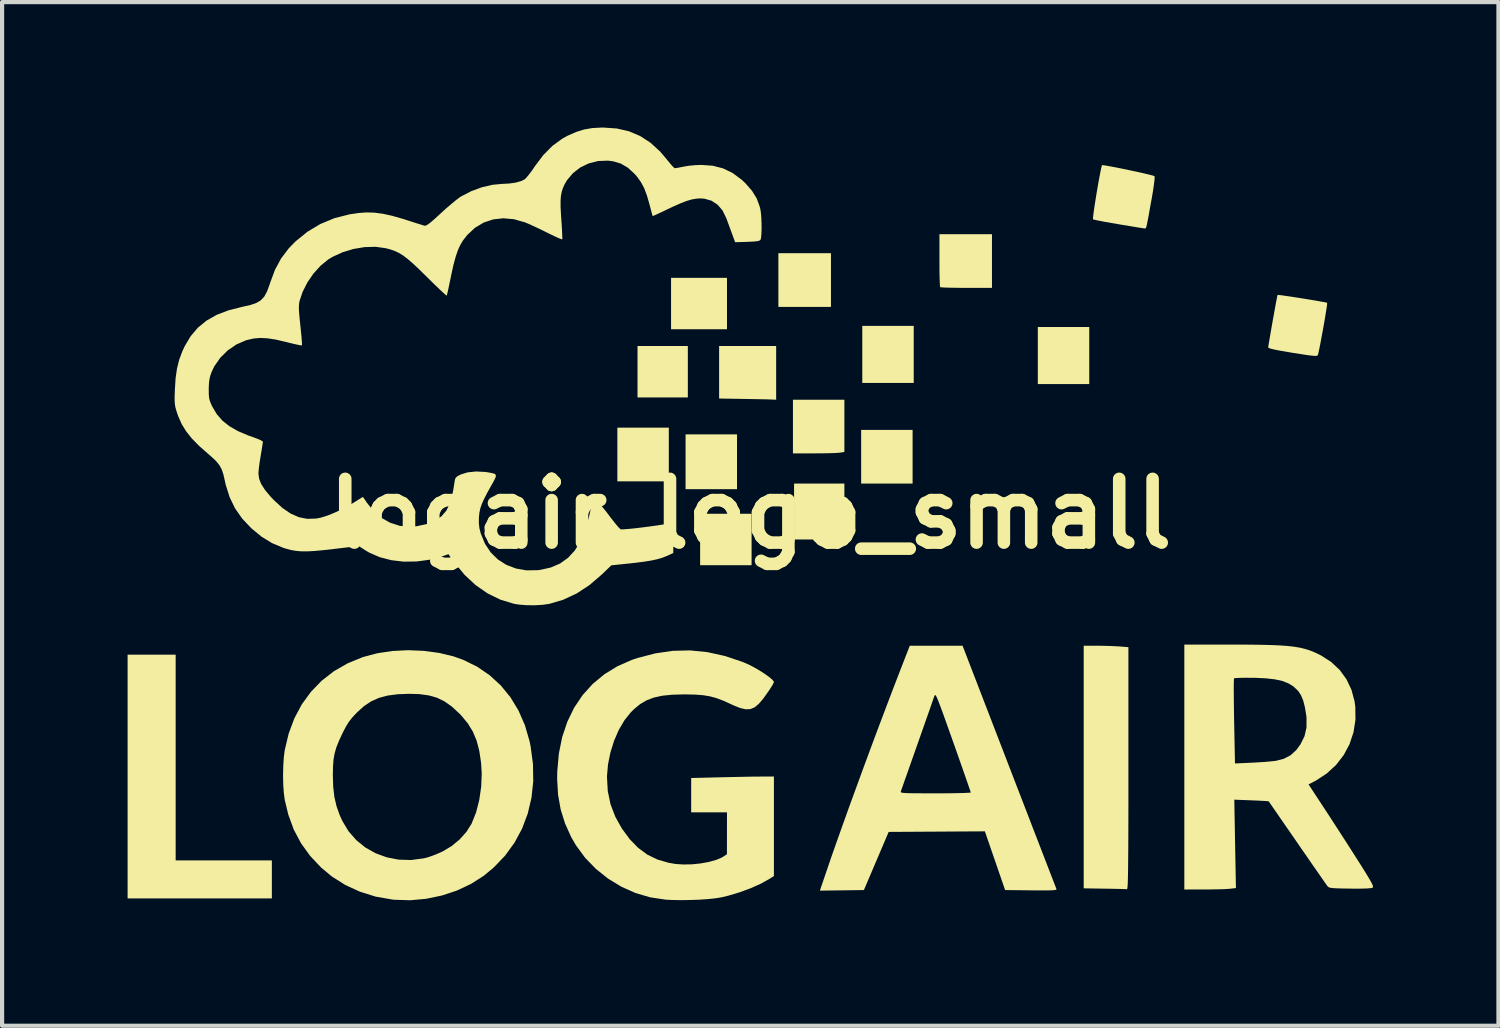
<source format=kicad_pcb>
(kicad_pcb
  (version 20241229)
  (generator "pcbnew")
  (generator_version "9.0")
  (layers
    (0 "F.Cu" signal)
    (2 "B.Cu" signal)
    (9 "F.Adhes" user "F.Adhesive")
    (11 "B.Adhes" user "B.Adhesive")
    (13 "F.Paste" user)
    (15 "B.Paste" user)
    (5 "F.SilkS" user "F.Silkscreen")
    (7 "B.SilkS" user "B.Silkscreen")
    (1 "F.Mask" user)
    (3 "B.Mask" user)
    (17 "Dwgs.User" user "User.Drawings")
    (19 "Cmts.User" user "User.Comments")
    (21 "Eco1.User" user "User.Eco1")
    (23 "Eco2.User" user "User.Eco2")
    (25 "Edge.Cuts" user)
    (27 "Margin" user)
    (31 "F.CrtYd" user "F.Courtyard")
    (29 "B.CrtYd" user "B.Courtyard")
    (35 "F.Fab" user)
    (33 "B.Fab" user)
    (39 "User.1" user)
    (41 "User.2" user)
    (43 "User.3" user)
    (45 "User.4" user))
  (footprint "logair_logo_small"
    (layer "F.Cu")
    (at 14.893 9.234)
    (property "Reference" "logair_logo_small" (at 0 0 0) (layer "F.SilkS") (effects (font (size 1.524 1.524) (thickness 0.3))))
    (attr through_hole)
    (fp_poly (pts (xy -1.952 -0.775) (xy -3.182 -0.775) (xy -3.182 -2.059) (xy -1.952 -2.059) (xy -1.952 -0.775)) (stroke (width 0.001) (type solid)) (fill yes) (layer "F.SilkS"))
    (fp_poly (pts (xy -1.497 -2.781) (xy -2.7 -2.781) (xy -2.7 -4.011) (xy -1.497 -4.011) (xy -1.497 -2.781)) (stroke (width 0.001) (type solid)) (fill yes) (layer "F.SilkS"))
    (fp_poly (pts (xy -0.561 -4.412) (xy -1.898 -4.412) (xy -1.898 -5.641) (xy -0.561 -5.641) (xy -0.561 -4.412)) (stroke (width 0.001) (type solid)) (fill yes) (layer "F.SilkS"))
    (fp_poly (pts (xy -0.321 -0.588) (xy -1.551 -0.588) (xy -1.551 -1.898) (xy -0.321 -1.898) (xy -0.321 -0.588)) (stroke (width 0.001) (type solid)) (fill yes) (layer "F.SilkS"))
    (fp_poly (pts (xy 0.027 1.23) (xy -1.203 1.23) (xy -1.203 0) (xy 0.027 0) (xy 0.027 1.23)) (stroke (width 0.001) (type solid)) (fill yes) (layer "F.SilkS"))
    (fp_poly (pts (xy 1.925 -4.946) (xy 0.668 -4.946) (xy 0.668 -6.23) (xy 1.925 -6.23) (xy 1.925 -4.946)) (stroke (width 0.001) (type solid)) (fill yes) (layer "F.SilkS"))
    (fp_poly (pts (xy 2.246 0.615) (xy 1.043 0.615) (xy 1.043 -0.722) (xy 2.246 -0.722) (xy 2.246 0.615)) (stroke (width 0.001) (type solid)) (fill yes) (layer "F.SilkS"))
    (fp_poly (pts (xy 3.877 -0.722) (xy 2.647 -0.722) (xy 2.647 -2.005) (xy 3.877 -2.005) (xy 3.877 -0.722)) (stroke (width 0.001) (type solid)) (fill yes) (layer "F.SilkS"))
    (fp_poly (pts (xy 3.904 -3.128) (xy 2.674 -3.128) (xy 2.674 -4.492) (xy 3.904 -4.492) (xy 3.904 -3.128)) (stroke (width 0.001) (type solid)) (fill yes) (layer "F.SilkS"))
    (fp_poly (pts (xy 8.101 -3.101) (xy 6.871 -3.101) (xy 6.871 -4.465) (xy 8.101 -4.465) (xy 8.101 -3.101)) (stroke (width 0.001) (type solid)) (fill yes) (layer "F.SilkS"))
    (fp_poly (pts (xy -13.743 8.288) (xy -11.443 8.288) (xy -11.443 9.197) (xy -14.892 9.197) (xy -14.892 3.369) (xy -13.743 3.369) (xy -13.743 8.288)) (stroke (width 0.001) (type solid)) (fill yes) (layer "F.SilkS"))
    (fp_poly (pts (xy 0.615 -2.727) (xy 0.461 -2.733) (xy 0.386 -2.736) (xy 0.268 -2.738) (xy 0.12 -2.741) (xy -0.047 -2.744) (xy -0.221 -2.747) (xy -0.749 -2.755) (xy -0.749 -4.011) (xy 0.615 -4.011) (xy 0.615 -2.727)) (stroke (width 0.001) (type solid)) (fill yes) (layer "F.SilkS"))
    (fp_poly (pts (xy 2.246 -1.478) (xy 2.146 -1.461) (xy 2.087 -1.456) (xy 1.986 -1.451) (xy 1.852 -1.447) (xy 1.696 -1.445) (xy 1.531 -1.444) (xy 1.016 -1.444) (xy 1.016 -2.727) (xy 2.246 -2.727) (xy 2.246 -1.478)) (stroke (width 0.001) (type solid)) (fill yes) (layer "F.SilkS"))
    (fp_poly (pts (xy 5.775 -5.401) (xy 5.165 -5.401) (xy 4.989 -5.402) (xy 4.832 -5.404) (xy 4.7 -5.407) (xy 4.603 -5.411) (xy 4.547 -5.416) (xy 4.536 -5.419) (xy 4.531 -5.449) (xy 4.527 -5.526) (xy 4.523 -5.64) (xy 4.52 -5.785) (xy 4.519 -5.953) (xy 4.519 -6.06) (xy 4.519 -6.684) (xy 5.775 -6.684) (xy 5.775 -5.401)) (stroke (width 0.001) (type solid)) (fill yes) (layer "F.SilkS"))
    (fp_poly (pts (xy 8.282 3.155) (xy 8.435 3.157) (xy 8.595 3.161) (xy 8.74 3.168) (xy 8.816 3.172) (xy 9.037 3.19) (xy 9.037 6.087) (xy 9.037 6.559) (xy 9.037 6.98) (xy 9.036 7.353) (xy 9.035 7.681) (xy 9.034 7.964) (xy 9.032 8.207) (xy 9.03 8.411) (xy 9.028 8.58) (xy 9.025 8.715) (xy 9.022 8.819) (xy 9.018 8.895) (xy 9.013 8.945) (xy 9.008 8.971) (xy 9.004 8.978) (xy 8.967 8.975) (xy 8.887 8.972) (xy 8.77 8.969) (xy 8.628 8.966) (xy 8.469 8.964) (xy 7.968 8.956) (xy 7.968 3.155) (xy 8.282 3.155)) (stroke (width 0.001) (type solid)) (fill yes) (layer "F.SilkS"))
    (fp_poly (pts (xy 12.631 -5.231) (xy 12.702 -5.223) (xy 12.808 -5.208) (xy 12.939 -5.189) (xy 13.086 -5.166) (xy 13.239 -5.142) (xy 13.39 -5.117) (xy 13.529 -5.094) (xy 13.646 -5.073) (xy 13.734 -5.057) (xy 13.782 -5.046) (xy 13.788 -5.043) (xy 13.788 -5.014) (xy 13.779 -4.942) (xy 13.762 -4.834) (xy 13.741 -4.702) (xy 13.715 -4.552) (xy 13.687 -4.395) (xy 13.658 -4.239) (xy 13.631 -4.093) (xy 13.606 -3.966) (xy 13.585 -3.867) (xy 13.57 -3.805) (xy 13.564 -3.79) (xy 13.551 -3.78) (xy 13.524 -3.775) (xy 13.475 -3.776) (xy 13.4 -3.783) (xy 13.292 -3.797) (xy 13.144 -3.82) (xy 12.952 -3.85) (xy 12.894 -3.86) (xy 12.691 -3.894) (xy 12.541 -3.923) (xy 12.44 -3.947) (xy 12.388 -3.967) (xy 12.379 -3.977) (xy 12.384 -4.011) (xy 12.396 -4.087) (xy 12.415 -4.197) (xy 12.438 -4.332) (xy 12.464 -4.482) (xy 12.492 -4.64) (xy 12.52 -4.795) (xy 12.546 -4.94) (xy 12.569 -5.064) (xy 12.588 -5.16) (xy 12.599 -5.219) (xy 12.603 -5.232) (xy 12.631 -5.231)) (stroke (width 0.001) (type solid)) (fill yes) (layer "F.SilkS"))
    (fp_poly (pts (xy 8.436 -8.334) (xy 8.508 -8.323) (xy 8.615 -8.304) (xy 8.748 -8.279) (xy 8.897 -8.249) (xy 9.054 -8.216) (xy 9.21 -8.183) (xy 9.356 -8.151) (xy 9.483 -8.121) (xy 9.582 -8.097) (xy 9.645 -8.079) (xy 9.662 -8.072) (xy 9.665 -8.04) (xy 9.659 -7.962) (xy 9.644 -7.847) (xy 9.622 -7.7) (xy 9.593 -7.529) (xy 9.586 -7.495) (xy 9.549 -7.289) (xy 9.521 -7.129) (xy 9.498 -7.011) (xy 9.482 -6.927) (xy 9.469 -6.872) (xy 9.458 -6.84) (xy 9.449 -6.825) (xy 9.439 -6.82) (xy 9.429 -6.821) (xy 9.394 -6.826) (xy 9.315 -6.838) (xy 9.199 -6.857) (xy 9.055 -6.881) (xy 8.889 -6.908) (xy 8.804 -6.922) (xy 8.632 -6.952) (xy 8.478 -6.979) (xy 8.349 -7.004) (xy 8.254 -7.023) (xy 8.2 -7.037) (xy 8.19 -7.041) (xy 8.19 -7.071) (xy 8.198 -7.144) (xy 8.212 -7.253) (xy 8.232 -7.387) (xy 8.256 -7.539) (xy 8.282 -7.699) (xy 8.309 -7.858) (xy 8.336 -8.008) (xy 8.361 -8.139) (xy 8.382 -8.244) (xy 8.398 -8.312) (xy 8.406 -8.335) (xy 8.436 -8.334)) (stroke (width 0.001) (type solid)) (fill yes) (layer "F.SilkS"))
    (fp_poly (pts (xy 6.188 6.049) (xy 6.333 6.425) (xy 6.473 6.788) (xy 6.607 7.134) (xy 6.732 7.46) (xy 6.849 7.762) (xy 6.956 8.039) (xy 7.051 8.286) (xy 7.134 8.5) (xy 7.203 8.679) (xy 7.257 8.819) (xy 7.295 8.916) (xy 7.315 8.969) (xy 7.318 8.977) (xy 7.313 8.988) (xy 7.282 8.997) (xy 7.221 9.002) (xy 7.125 9.005) (xy 6.988 9.006) (xy 6.805 9.005) (xy 6.71 9.004) (xy 6.089 8.997) (xy 5.847 8.295) (xy 5.605 7.593) (xy 4.455 7.6) (xy 3.305 7.607) (xy 3.009 8.302) (xy 2.713 8.997) (xy 2.186 9.004) (xy 1.66 9.011) (xy 1.817 8.55) (xy 1.93 8.219) (xy 2.061 7.847) (xy 2.206 7.439) (xy 2.362 7.004) (xy 2.491 6.65) (xy 3.593 6.65) (xy 3.601 6.661) (xy 3.624 6.669) (xy 3.668 6.675) (xy 3.738 6.679) (xy 3.84 6.682) (xy 3.978 6.683) (xy 4.159 6.684) (xy 4.387 6.684) (xy 4.422 6.684) (xy 4.629 6.684) (xy 4.817 6.682) (xy 4.98 6.679) (xy 5.113 6.676) (xy 5.209 6.671) (xy 5.26 6.667) (xy 5.268 6.664) (xy 5.259 6.636) (xy 5.234 6.562) (xy 5.195 6.448) (xy 5.143 6.298) (xy 5.08 6.118) (xy 5.008 5.913) (xy 4.929 5.688) (xy 4.848 5.459) (xy 4.75 5.184) (xy 4.669 4.956) (xy 4.602 4.77) (xy 4.548 4.624) (xy 4.506 4.512) (xy 4.473 4.431) (xy 4.449 4.377) (xy 4.431 4.346) (xy 4.417 4.334) (xy 4.408 4.338) (xy 4.4 4.353) (xy 4.396 4.362) (xy 4.33 4.552) (xy 4.257 4.761) (xy 4.179 4.982) (xy 4.099 5.21) (xy 4.018 5.44) (xy 3.939 5.665) (xy 3.863 5.88) (xy 3.793 6.079) (xy 3.73 6.257) (xy 3.677 6.407) (xy 3.636 6.525) (xy 3.608 6.603) (xy 3.596 6.637) (xy 3.595 6.637) (xy 3.593 6.65) (xy 2.491 6.65) (xy 2.528 6.549) (xy 2.699 6.082) (xy 2.874 5.608) (xy 3.05 5.137) (xy 3.224 4.676) (xy 3.393 4.231) (xy 3.555 3.811) (xy 3.599 3.696) (xy 3.81 3.155) (xy 5.072 3.155) (xy 6.188 6.049)) (stroke (width 0.001) (type solid)) (fill yes) (layer "F.SilkS"))
    (fp_poly (pts (xy -1.032 3.308) (xy -0.615 3.4) (xy -0.188 3.542) (xy -0.147 3.559) (xy -0.03 3.611) (xy 0.096 3.677) (xy 0.223 3.751) (xy 0.341 3.827) (xy 0.442 3.899) (xy 0.517 3.962) (xy 0.557 4.009) (xy 0.561 4.023) (xy 0.547 4.058) (xy 0.509 4.125) (xy 0.454 4.211) (xy 0.425 4.253) (xy 0.304 4.423) (xy 0.197 4.547) (xy 0.098 4.629) (xy -0.003 4.671) (xy -0.113 4.675) (xy -0.242 4.646) (xy -0.396 4.585) (xy -0.48 4.546) (xy -0.657 4.466) (xy -0.816 4.407) (xy -0.97 4.365) (xy -1.133 4.338) (xy -1.319 4.324) (xy -1.54 4.319) (xy -1.604 4.319) (xy -1.88 4.327) (xy -2.112 4.351) (xy -2.31 4.395) (xy -2.482 4.46) (xy -2.637 4.551) (xy -2.782 4.67) (xy -2.861 4.748) (xy -3.013 4.938) (xy -3.148 5.169) (xy -3.261 5.429) (xy -3.348 5.708) (xy -3.406 5.994) (xy -3.43 6.277) (xy -3.43 6.297) (xy -3.411 6.633) (xy -3.345 6.947) (xy -3.23 7.247) (xy -3.072 7.529) (xy -2.884 7.784) (xy -2.684 7.989) (xy -2.467 8.149) (xy -2.228 8.266) (xy -1.96 8.344) (xy -1.794 8.373) (xy -1.605 8.386) (xy -1.399 8.382) (xy -1.192 8.361) (xy -0.995 8.325) (xy -0.821 8.277) (xy -0.684 8.219) (xy -0.656 8.202) (xy -0.562 8.141) (xy -0.561 7.139) (xy -1.417 7.139) (xy -1.417 6.318) (xy -0.715 6.301) (xy -0.508 6.296) (xy -0.3 6.292) (xy -0.105 6.288) (xy 0.068 6.285) (xy 0.206 6.284) (xy 0.274 6.283) (xy 0.561 6.283) (xy 0.561 8.662) (xy 0.448 8.734) (xy 0.246 8.846) (xy 0.006 8.953) (xy -0.257 9.05) (xy -0.528 9.131) (xy -0.693 9.171) (xy -0.833 9.194) (xy -1.014 9.213) (xy -1.221 9.227) (xy -1.442 9.235) (xy -1.663 9.238) (xy -1.871 9.235) (xy -2.032 9.226) (xy -2.397 9.171) (xy -2.751 9.067) (xy -3.089 8.916) (xy -3.405 8.723) (xy -3.695 8.492) (xy -3.953 8.225) (xy -4.172 7.927) (xy -4.284 7.734) (xy -4.433 7.405) (xy -4.538 7.068) (xy -4.6 6.716) (xy -4.622 6.339) (xy -4.619 6.161) (xy -4.581 5.736) (xy -4.501 5.339) (xy -4.378 4.972) (xy -4.215 4.637) (xy -4.013 4.336) (xy -3.772 4.069) (xy -3.493 3.838) (xy -3.179 3.645) (xy -2.83 3.492) (xy -2.7 3.448) (xy -2.274 3.338) (xy -1.857 3.277) (xy -1.444 3.267) (xy -1.032 3.308)) (stroke (width 0.001) (type solid)) (fill yes) (layer "F.SilkS"))
    (fp_poly (pts (xy -7.809 3.278) (xy -7.443 3.327) (xy -7.099 3.41) (xy -6.871 3.491) (xy -6.537 3.655) (xy -6.235 3.861) (xy -5.968 4.106) (xy -5.738 4.388) (xy -5.546 4.705) (xy -5.393 5.054) (xy -5.282 5.435) (xy -5.256 5.561) (xy -5.2 5.982) (xy -5.193 6.393) (xy -5.235 6.789) (xy -5.325 7.169) (xy -5.46 7.528) (xy -5.641 7.864) (xy -5.866 8.174) (xy -6.135 8.455) (xy -6.375 8.655) (xy -6.681 8.85) (xy -7.018 9.009) (xy -7.379 9.128) (xy -7.754 9.206) (xy -8.135 9.241) (xy -8.514 9.229) (xy -8.566 9.223) (xy -8.962 9.154) (xy -9.336 9.037) (xy -9.687 8.876) (xy -10.008 8.673) (xy -10.263 8.461) (xy -10.527 8.181) (xy -10.744 7.881) (xy -10.917 7.556) (xy -11.048 7.2) (xy -11.134 6.846) (xy -11.157 6.676) (xy -11.171 6.471) (xy -11.175 6.256) (xy -9.985 6.256) (xy -9.976 6.532) (xy -9.948 6.772) (xy -9.897 6.992) (xy -9.82 7.208) (xy -9.758 7.344) (xy -9.61 7.591) (xy -9.425 7.803) (xy -9.207 7.98) (xy -8.961 8.118) (xy -8.694 8.215) (xy -8.411 8.27) (xy -8.117 8.279) (xy -7.818 8.24) (xy -7.74 8.222) (xy -7.64 8.19) (xy -7.516 8.143) (xy -7.389 8.087) (xy -7.353 8.07) (xy -7.145 7.946) (xy -6.953 7.787) (xy -6.791 7.606) (xy -6.67 7.414) (xy -6.666 7.406) (xy -6.56 7.141) (xy -6.484 6.844) (xy -6.438 6.529) (xy -6.425 6.208) (xy -6.441 5.949) (xy -6.484 5.665) (xy -6.548 5.422) (xy -6.637 5.209) (xy -6.756 5.015) (xy -6.909 4.829) (xy -6.965 4.771) (xy -7.142 4.608) (xy -7.316 4.486) (xy -7.496 4.398) (xy -7.694 4.342) (xy -7.922 4.312) (xy -8.154 4.305) (xy -8.436 4.315) (xy -8.677 4.347) (xy -8.886 4.403) (xy -9.071 4.486) (xy -9.242 4.601) (xy -9.407 4.75) (xy -9.411 4.754) (xy -9.515 4.865) (xy -9.596 4.966) (xy -9.665 5.076) (xy -9.738 5.215) (xy -9.751 5.241) (xy -9.838 5.428) (xy -9.901 5.585) (xy -9.943 5.731) (xy -9.969 5.88) (xy -9.981 6.05) (xy -9.985 6.256) (xy -11.175 6.256) (xy -11.175 6.247) (xy -11.17 6.022) (xy -11.156 5.813) (xy -11.135 5.652) (xy -11.041 5.256) (xy -10.905 4.891) (xy -10.727 4.557) (xy -10.508 4.257) (xy -10.252 3.992) (xy -9.958 3.764) (xy -9.629 3.575) (xy -9.267 3.427) (xy -9.257 3.424) (xy -8.921 3.335) (xy -8.56 3.281) (xy -8.185 3.262) (xy -7.809 3.278)) (stroke (width 0.001) (type solid)) (fill yes) (layer "F.SilkS"))
    (fp_poly (pts (xy 11.517 3.128) (xy 11.865 3.129) (xy 12.165 3.132) (xy 12.423 3.138) (xy 12.643 3.147) (xy 12.831 3.16) (xy 12.993 3.178) (xy 13.134 3.201) (xy 13.258 3.231) (xy 13.373 3.267) (xy 13.482 3.31) (xy 13.591 3.362) (xy 13.646 3.39) (xy 13.887 3.545) (xy 14.09 3.736) (xy 14.252 3.959) (xy 14.371 4.211) (xy 14.445 4.487) (xy 14.462 4.614) (xy 14.466 4.925) (xy 14.419 5.224) (xy 14.325 5.507) (xy 14.186 5.768) (xy 14.004 6.004) (xy 13.781 6.209) (xy 13.522 6.379) (xy 13.472 6.405) (xy 13.344 6.47) (xy 13.826 7.205) (xy 13.96 7.412) (xy 14.102 7.631) (xy 14.244 7.851) (xy 14.379 8.061) (xy 14.499 8.25) (xy 14.599 8.407) (xy 14.612 8.428) (xy 14.713 8.59) (xy 14.788 8.714) (xy 14.839 8.803) (xy 14.871 8.865) (xy 14.884 8.905) (xy 14.884 8.929) (xy 14.872 8.943) (xy 14.871 8.943) (xy 14.827 8.952) (xy 14.736 8.959) (xy 14.604 8.963) (xy 14.436 8.964) (xy 14.331 8.962) (xy 14.157 8.96) (xy 14.028 8.956) (xy 13.937 8.951) (xy 13.876 8.944) (xy 13.837 8.934) (xy 13.812 8.919) (xy 13.793 8.899) (xy 13.791 8.896) (xy 13.767 8.862) (xy 13.715 8.789) (xy 13.64 8.681) (xy 13.545 8.544) (xy 13.432 8.382) (xy 13.306 8.199) (xy 13.169 8.002) (xy 13.072 7.861) (xy 12.932 7.658) (xy 12.801 7.469) (xy 12.683 7.298) (xy 12.581 7.15) (xy 12.498 7.03) (xy 12.437 6.941) (xy 12.4 6.889) (xy 12.391 6.876) (xy 12.363 6.872) (xy 12.292 6.867) (xy 12.185 6.861) (xy 12.053 6.855) (xy 11.977 6.852) (xy 11.569 6.836) (xy 11.588 7.893) (xy 11.608 8.949) (xy 11.465 8.966) (xy 11.391 8.972) (xy 11.275 8.977) (xy 11.131 8.98) (xy 10.97 8.983) (xy 10.848 8.983) (xy 10.374 8.984) (xy 10.374 4.162) (xy 11.556 4.162) (xy 11.557 4.316) (xy 11.558 4.5) (xy 11.561 4.708) (xy 11.564 4.933) (xy 11.565 4.962) (xy 11.585 5.97) (xy 11.989 5.952) (xy 12.147 5.943) (xy 12.302 5.933) (xy 12.438 5.921) (xy 12.541 5.91) (xy 12.563 5.907) (xy 12.754 5.858) (xy 12.914 5.774) (xy 13.051 5.649) (xy 13.151 5.513) (xy 13.247 5.32) (xy 13.295 5.114) (xy 13.296 4.886) (xy 13.29 4.826) (xy 13.257 4.625) (xy 13.217 4.468) (xy 13.167 4.345) (xy 13.103 4.246) (xy 13.081 4.221) (xy 12.98 4.127) (xy 12.861 4.054) (xy 12.717 3.998) (xy 12.541 3.959) (xy 12.327 3.935) (xy 12.07 3.923) (xy 11.987 3.922) (xy 11.844 3.921) (xy 11.722 3.923) (xy 11.628 3.927) (xy 11.573 3.932) (xy 11.563 3.935) (xy 11.56 3.965) (xy 11.557 4.043) (xy 11.556 4.162) (xy 10.374 4.162) (xy 10.374 3.128) (xy 11.517 3.128)) (stroke (width 0.001) (type solid)) (fill yes) (layer "F.SilkS"))
    (fp_poly (pts (xy -3.197 -9.212) (xy -2.904 -9.145) (xy -2.635 -9.031) (xy -2.387 -8.869) (xy -2.157 -8.658) (xy -1.992 -8.463) (xy -1.922 -8.376) (xy -1.862 -8.308) (xy -1.82 -8.268) (xy -1.808 -8.262) (xy -1.768 -8.267) (xy -1.692 -8.281) (xy -1.596 -8.3) (xy -1.591 -8.301) (xy -1.469 -8.321) (xy -1.323 -8.335) (xy -1.184 -8.341) (xy -1.175 -8.341) (xy -0.9 -8.321) (xy -0.652 -8.257) (xy -0.424 -8.146) (xy -0.209 -7.986) (xy -0.12 -7.902) (xy 0.038 -7.721) (xy 0.15 -7.539) (xy 0.222 -7.342) (xy 0.238 -7.278) (xy 0.251 -7.187) (xy 0.26 -7.071) (xy 0.265 -6.941) (xy 0.266 -6.811) (xy 0.262 -6.694) (xy 0.255 -6.604) (xy 0.242 -6.552) (xy 0.241 -6.551) (xy 0.216 -6.531) (xy 0.162 -6.517) (xy 0.072 -6.508) (xy -0.063 -6.502) (xy -0.075 -6.501) (xy -0.366 -6.493) (xy -0.453 -6.729) (xy -0.496 -6.847) (xy -0.538 -6.96) (xy -0.57 -7.049) (xy -0.579 -7.072) (xy -0.668 -7.253) (xy -0.787 -7.391) (xy -0.933 -7.486) (xy -1.103 -7.534) (xy -1.194 -7.54) (xy -1.296 -7.534) (xy -1.403 -7.515) (xy -1.523 -7.48) (xy -1.666 -7.425) (xy -1.839 -7.349) (xy -2.003 -7.271) (xy -2.123 -7.214) (xy -2.225 -7.166) (xy -2.299 -7.133) (xy -2.336 -7.119) (xy -2.339 -7.118) (xy -2.347 -7.145) (xy -2.365 -7.213) (xy -2.391 -7.311) (xy -2.414 -7.398) (xy -2.476 -7.613) (xy -2.542 -7.787) (xy -2.62 -7.933) (xy -2.715 -8.064) (xy -2.772 -8.128) (xy -2.932 -8.275) (xy -3.099 -8.373) (xy -3.284 -8.428) (xy -3.406 -8.443) (xy -3.641 -8.434) (xy -3.864 -8.378) (xy -4.068 -8.28) (xy -4.244 -8.144) (xy -4.387 -7.974) (xy -4.443 -7.878) (xy -4.484 -7.787) (xy -4.513 -7.696) (xy -4.532 -7.595) (xy -4.54 -7.475) (xy -4.539 -7.326) (xy -4.529 -7.139) (xy -4.52 -7.005) (xy -4.51 -6.859) (xy -4.503 -6.732) (xy -4.499 -6.634) (xy -4.498 -6.574) (xy -4.5 -6.56) (xy -4.527 -6.567) (xy -4.593 -6.594) (xy -4.69 -6.638) (xy -4.808 -6.695) (xy -4.87 -6.726) (xy -5.012 -6.796) (xy -5.154 -6.863) (xy -5.28 -6.921) (xy -5.377 -6.962) (xy -5.396 -6.969) (xy -5.657 -7.043) (xy -5.911 -7.065) (xy -6.152 -7.038) (xy -6.379 -6.962) (xy -6.586 -6.838) (xy -6.77 -6.667) (xy -6.875 -6.532) (xy -6.939 -6.424) (xy -6.997 -6.296) (xy -7.05 -6.139) (xy -7.102 -5.946) (xy -7.154 -5.708) (xy -7.165 -5.655) (xy -7.195 -5.511) (xy -7.221 -5.386) (xy -7.243 -5.289) (xy -7.257 -5.23) (xy -7.262 -5.215) (xy -7.284 -5.23) (xy -7.337 -5.278) (xy -7.419 -5.353) (xy -7.522 -5.452) (xy -7.642 -5.569) (xy -7.748 -5.674) (xy -7.923 -5.846) (xy -8.07 -5.983) (xy -8.194 -6.091) (xy -8.303 -6.174) (xy -8.404 -6.236) (xy -8.503 -6.283) (xy -8.608 -6.32) (xy -8.723 -6.35) (xy -8.963 -6.383) (xy -9.223 -6.376) (xy -9.49 -6.332) (xy -9.751 -6.253) (xy -9.991 -6.143) (xy -10.094 -6.081) (xy -10.276 -5.933) (xy -10.446 -5.746) (xy -10.593 -5.532) (xy -10.708 -5.305) (xy -10.777 -5.1) (xy -10.788 -5.05) (xy -10.794 -5) (xy -10.797 -4.941) (xy -10.795 -4.864) (xy -10.788 -4.763) (xy -10.775 -4.628) (xy -10.757 -4.453) (xy -10.746 -4.351) (xy -10.734 -4.228) (xy -10.726 -4.125) (xy -10.722 -4.054) (xy -10.724 -4.025) (xy -10.753 -4.027) (xy -10.824 -4.041) (xy -10.928 -4.064) (xy -11.055 -4.095) (xy -11.11 -4.109) (xy -11.347 -4.164) (xy -11.547 -4.195) (xy -11.721 -4.204) (xy -11.881 -4.19) (xy -12.037 -4.154) (xy -12.065 -4.146) (xy -12.291 -4.048) (xy -12.498 -3.906) (xy -12.677 -3.729) (xy -12.82 -3.524) (xy -12.889 -3.378) (xy -12.924 -3.271) (xy -12.944 -3.158) (xy -12.952 -3.018) (xy -12.952 -2.981) (xy -12.951 -2.859) (xy -12.944 -2.771) (xy -12.925 -2.696) (xy -12.892 -2.615) (xy -12.864 -2.557) (xy -12.759 -2.38) (xy -12.626 -2.227) (xy -12.46 -2.095) (xy -12.256 -1.977) (xy -12.006 -1.871) (xy -11.891 -1.831) (xy -11.789 -1.793) (xy -11.709 -1.758) (xy -11.664 -1.731) (xy -11.657 -1.721) (xy -11.662 -1.684) (xy -11.674 -1.606) (xy -11.691 -1.499) (xy -11.71 -1.387) (xy -11.732 -1.252) (xy -11.75 -1.123) (xy -11.761 -1.017) (xy -11.764 -0.961) (xy -11.748 -0.839) (xy -11.698 -0.711) (xy -11.609 -0.572) (xy -11.48 -0.417) (xy -11.395 -0.327) (xy -11.192 -0.14) (xy -10.994 -0.005) (xy -10.798 0.082) (xy -10.598 0.121) (xy -10.391 0.115) (xy -10.279 0.095) (xy -10.132 0.05) (xy -9.956 -0.02) (xy -9.768 -0.108) (xy -9.582 -0.208) (xy -9.444 -0.292) (xy -9.362 -0.344) (xy -9.3 -0.383) (xy -9.269 -0.401) (xy -9.268 -0.401) (xy -9.25 -0.381) (xy -9.213 -0.328) (xy -9.177 -0.273) (xy -9.015 -0.067) (xy -8.826 0.096) (xy -8.614 0.215) (xy -8.386 0.288) (xy -8.145 0.311) (xy -7.982 0.298) (xy -7.741 0.246) (xy -7.545 0.169) (xy -7.39 0.063) (xy -7.272 -0.073) (xy -7.193 -0.23) (xy -7.167 -0.305) (xy -7.145 -0.381) (xy -7.125 -0.47) (xy -7.103 -0.584) (xy -7.079 -0.735) (xy -7.07 -0.795) (xy -7.053 -0.852) (xy -7.014 -0.893) (xy -6.94 -0.933) (xy -6.93 -0.938) (xy -6.762 -0.99) (xy -6.562 -1.011) (xy -6.345 -1) (xy -6.269 -0.989) (xy -6.171 -0.971) (xy -6.111 -0.952) (xy -6.086 -0.922) (xy -6.093 -0.872) (xy -6.13 -0.793) (xy -6.193 -0.682) (xy -6.294 -0.5) (xy -6.369 -0.353) (xy -6.423 -0.233) (xy -6.459 -0.128) (xy -6.48 -0.03) (xy -6.491 0.071) (xy -6.492 0.081) (xy -6.494 0.227) (xy -6.479 0.353) (xy -6.447 0.475) (xy -6.348 0.716) (xy -6.211 0.923) (xy -6.039 1.092) (xy -5.836 1.222) (xy -5.607 1.309) (xy -5.356 1.353) (xy -5.087 1.349) (xy -5.023 1.341) (xy -4.774 1.285) (xy -4.554 1.191) (xy -4.364 1.056) (xy -4.201 0.88) (xy -4.064 0.66) (xy -3.952 0.394) (xy -3.862 0.082) (xy -3.841 -0.009) (xy -3.815 -0.132) (xy -3.79 -0.236) (xy -3.771 -0.308) (xy -3.76 -0.34) (xy -3.76 -0.34) (xy -3.724 -0.34) (xy -3.662 -0.294) (xy -3.574 -0.203) (xy -3.463 -0.068) (xy -3.38 0.041) (xy -3.294 0.153) (xy -3.217 0.25) (xy -3.154 0.324) (xy -3.113 0.366) (xy -3.106 0.371) (xy -3.069 0.374) (xy -2.988 0.369) (xy -2.872 0.359) (xy -2.73 0.344) (xy -2.571 0.325) (xy -2.404 0.303) (xy -2.237 0.28) (xy -2.08 0.256) (xy -1.942 0.233) (xy -1.918 0.229) (xy -1.845 0.215) (xy -1.845 0.939) (xy -1.99 1.005) (xy -2.097 1.048) (xy -2.219 1.085) (xy -2.366 1.117) (xy -2.545 1.146) (xy -2.764 1.174) (xy -2.913 1.19) (xy -3.326 1.233) (xy -3.555 1.453) (xy -3.85 1.706) (xy -4.157 1.907) (xy -4.477 2.056) (xy -4.809 2.154) (xy -4.812 2.155) (xy -4.969 2.177) (xy -5.156 2.188) (xy -5.35 2.186) (xy -5.531 2.172) (xy -5.655 2.152) (xy -5.981 2.053) (xy -6.287 1.903) (xy -6.573 1.704) (xy -6.838 1.457) (xy -7.082 1.16) (xy -7.103 1.131) (xy -7.221 0.966) (xy -7.371 1.018) (xy -7.672 1.099) (xy -7.981 1.141) (xy -8.289 1.145) (xy -8.586 1.11) (xy -8.864 1.038) (xy -9.114 0.929) (xy -9.204 0.876) (xy -9.366 0.771) (xy -9.97 0.843) (xy -10.22 0.871) (xy -10.427 0.89) (xy -10.598 0.899) (xy -10.743 0.898) (xy -10.87 0.887) (xy -10.989 0.866) (xy -11.107 0.834) (xy -11.171 0.814) (xy -11.438 0.702) (xy -11.689 0.548) (xy -11.933 0.347) (xy -11.933 0.347) (xy -12.152 0.116) (xy -12.323 -0.129) (xy -12.453 -0.397) (xy -12.547 -0.697) (xy -12.57 -0.802) (xy -12.604 -0.949) (xy -12.644 -1.065) (xy -12.699 -1.164) (xy -12.776 -1.259) (xy -12.885 -1.362) (xy -12.973 -1.438) (xy -13.187 -1.627) (xy -13.358 -1.802) (xy -13.493 -1.972) (xy -13.599 -2.145) (xy -13.681 -2.33) (xy -13.705 -2.398) (xy -13.733 -2.485) (xy -13.752 -2.558) (xy -13.763 -2.631) (xy -13.768 -2.717) (xy -13.767 -2.829) (xy -13.761 -2.981) (xy -13.761 -2.981) (xy -13.744 -3.245) (xy -13.711 -3.473) (xy -13.66 -3.679) (xy -13.586 -3.878) (xy -13.528 -4.004) (xy -13.386 -4.243) (xy -13.214 -4.447) (xy -13.007 -4.617) (xy -12.763 -4.756) (xy -12.478 -4.865) (xy -12.149 -4.948) (xy -12.14 -4.95) (xy -11.954 -4.992) (xy -11.813 -5.041) (xy -11.706 -5.105) (xy -11.624 -5.193) (xy -11.559 -5.313) (xy -11.5 -5.473) (xy -11.481 -5.53) (xy -11.367 -5.836) (xy -11.221 -6.106) (xy -11.036 -6.349) (xy -10.877 -6.512) (xy -10.591 -6.744) (xy -10.281 -6.929) (xy -9.945 -7.068) (xy -9.583 -7.16) (xy -9.371 -7.191) (xy -9.177 -7.205) (xy -8.986 -7.199) (xy -8.788 -7.173) (xy -8.569 -7.125) (xy -8.318 -7.053) (xy -8.257 -7.034) (xy -8.114 -6.988) (xy -7.986 -6.947) (xy -7.882 -6.915) (xy -7.814 -6.893) (xy -7.793 -6.887) (xy -7.764 -6.89) (xy -7.719 -6.913) (xy -7.654 -6.961) (xy -7.563 -7.039) (xy -7.441 -7.149) (xy -7.402 -7.186) (xy -7.279 -7.298) (xy -7.156 -7.403) (xy -7.045 -7.495) (xy -6.956 -7.563) (xy -6.915 -7.589) (xy -6.675 -7.713) (xy -6.42 -7.807) (xy -6.166 -7.866) (xy -5.936 -7.887) (xy -5.767 -7.896) (xy -5.613 -7.918) (xy -5.486 -7.953) (xy -5.403 -7.993) (xy -5.357 -8.037) (xy -5.292 -8.115) (xy -5.218 -8.215) (xy -5.154 -8.309) (xy -4.954 -8.575) (xy -4.735 -8.796) (xy -4.5 -8.968) (xy -4.374 -9.038) (xy -4.169 -9.128) (xy -3.978 -9.188) (xy -3.781 -9.222) (xy -3.558 -9.234) (xy -3.516 -9.234) (xy -3.197 -9.212)) (stroke (width 0.001) (type solid)) (fill yes) (layer "F.SilkS")))
  (gr_rect
    (start -3 -3)
    (end 32.778 21.475)
    (stroke (width 0.1) (type default))
    (fill no)
    (layer "Edge.Cuts")))
</source>
